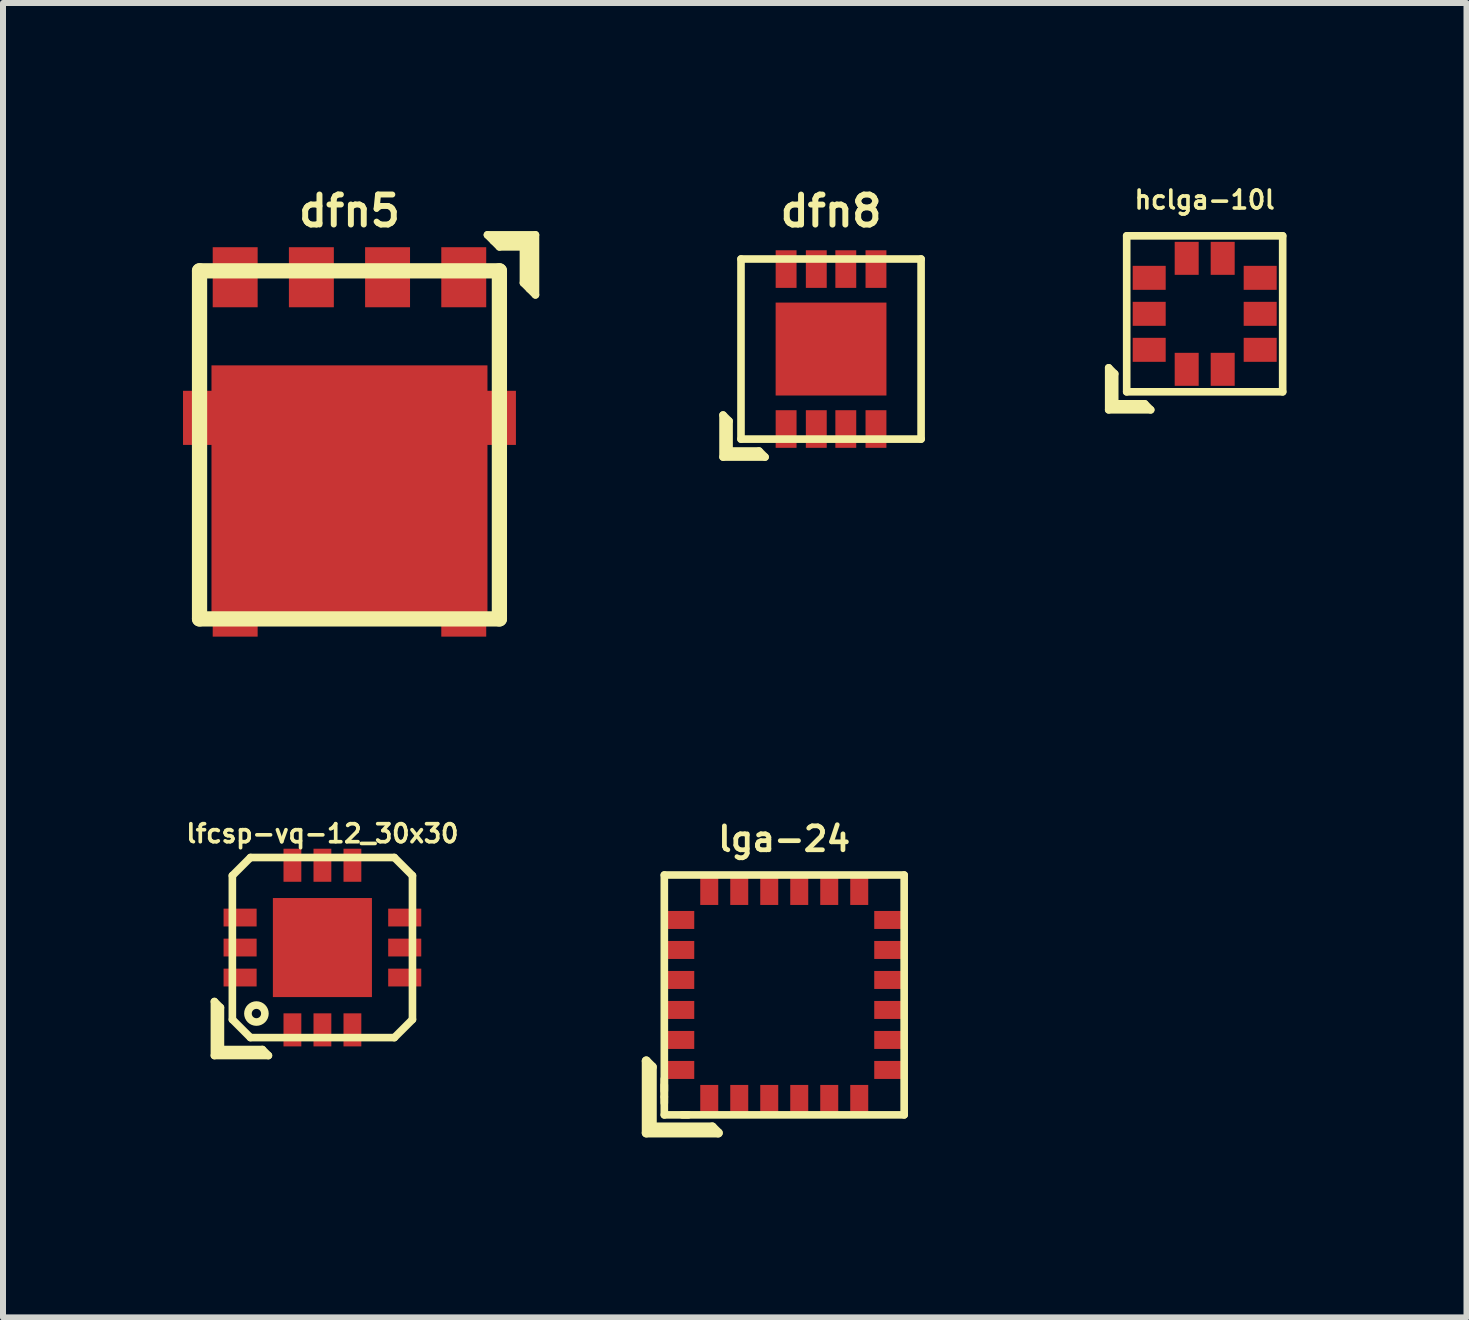
<source format=kicad_pcb>
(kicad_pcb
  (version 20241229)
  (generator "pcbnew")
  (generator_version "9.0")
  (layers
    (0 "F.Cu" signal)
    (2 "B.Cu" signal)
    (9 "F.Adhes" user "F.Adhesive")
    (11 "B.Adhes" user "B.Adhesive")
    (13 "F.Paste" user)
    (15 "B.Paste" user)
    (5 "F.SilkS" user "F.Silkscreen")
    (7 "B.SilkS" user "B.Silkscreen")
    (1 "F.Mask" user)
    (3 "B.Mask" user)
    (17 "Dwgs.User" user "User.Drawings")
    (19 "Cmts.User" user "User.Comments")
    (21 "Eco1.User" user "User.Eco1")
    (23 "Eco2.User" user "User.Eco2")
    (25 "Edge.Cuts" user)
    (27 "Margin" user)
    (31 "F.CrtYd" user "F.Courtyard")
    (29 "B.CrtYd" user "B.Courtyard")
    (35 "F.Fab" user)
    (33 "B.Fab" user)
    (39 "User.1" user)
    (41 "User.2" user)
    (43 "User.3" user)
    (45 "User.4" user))
  (footprint "lga-24"
    (layer "F.Cu")
    (at 10.022 13.534)
    (property "Reference" "lga-24" (at 0 -2.6 0) (layer "F.SilkS") (effects (font (size 0.399 0.399) (thickness 0.079))))
    (attr through_hole)
    (fp_line (start -2.3 2.3) (end -2.3 1.1) (stroke (width 0.15) (type solid)) (layer "F.SilkS"))
    (fp_line (start -2.2 1.2) (end -2.3 1.1) (stroke (width 0.15) (type solid)) (layer "F.SilkS"))
    (fp_line (start -2.2 1.2) (end -2.2 2.2) (stroke (width 0.15) (type solid)) (layer "F.SilkS"))
    (fp_line (start -2.2 2.2) (end -1.2 2.2) (stroke (width 0.15) (type solid)) (layer "F.SilkS"))
    (fp_line (start -1.999 -1.999) (end 1.999 -1.999) (stroke (width 0.127) (type solid)) (layer "F.SilkS"))
    (fp_line (start -1.999 1.4) (end -1.999 1.6) (stroke (width 0.127) (type solid)) (layer "F.SilkS"))
    (fp_line (start -1.999 1.501) (end -1.999 1.699) (stroke (width 0.127) (type solid)) (layer "F.SilkS"))
    (fp_line (start -1.999 1.699) (end -1.999 1.801) (stroke (width 0.127) (type solid)) (layer "F.SilkS"))
    (fp_line (start -1.999 1.999) (end -1.999 -1.999) (stroke (width 0.127) (type solid)) (layer "F.SilkS"))
    (fp_line (start -1.6 1.999) (end -1.699 1.999) (stroke (width 0.127) (type solid)) (layer "F.SilkS"))
    (fp_line (start -1.2 2.2) (end -1.1 2.3) (stroke (width 0.15) (type solid)) (layer "F.SilkS"))
    (fp_line (start -1.1 2.3) (end -2.3 2.3) (stroke (width 0.15) (type solid)) (layer "F.SilkS"))
    (fp_line (start 1.999 -1.999) (end 1.999 1.999) (stroke (width 0.127) (type solid)) (layer "F.SilkS"))
    (fp_line (start 1.999 1.999) (end -1.999 1.999) (stroke (width 0.127) (type solid)) (layer "F.SilkS"))
    (pad "1" smd rect (at -1.25 1.725) (size 0.3 0.45) (layers "F.Cu" "F.Mask" "F.Paste"))
    (pad "2" smd rect (at -0.75 1.725) (size 0.3 0.45) (layers "F.Cu" "F.Mask" "F.Paste"))
    (pad "3" smd rect (at -0.25 1.725) (size 0.3 0.45) (layers "F.Cu" "F.Mask" "F.Paste"))
    (pad "4" smd rect (at 0.25 1.725) (size 0.3 0.45) (layers "F.Cu" "F.Mask" "F.Paste"))
    (pad "5" smd rect (at 0.75 1.725) (size 0.3 0.45) (layers "F.Cu" "F.Mask" "F.Paste"))
    (pad "6" smd rect (at 1.25 1.725) (size 0.3 0.45) (layers "F.Cu" "F.Mask" "F.Paste"))
    (pad "7" smd rect (at 1.725 1.25) (size 0.45 0.3) (layers "F.Cu" "F.Mask" "F.Paste"))
    (pad "8" smd rect (at 1.725 0.75) (size 0.45 0.3) (layers "F.Cu" "F.Mask" "F.Paste"))
    (pad "9" smd rect (at 1.725 0.25) (size 0.45 0.3) (layers "F.Cu" "F.Mask" "F.Paste"))
    (pad "10" smd rect (at 1.725 -0.25) (size 0.45 0.3) (layers "F.Cu" "F.Mask" "F.Paste"))
    (pad "11" smd rect (at 1.725 -0.75) (size 0.45 0.3) (layers "F.Cu" "F.Mask" "F.Paste"))
    (pad "12" smd rect (at 1.725 -1.25) (size 0.45 0.3) (layers "F.Cu" "F.Mask" "F.Paste"))
    (pad "13" smd rect (at 1.25 -1.725) (size 0.3 0.45) (layers "F.Cu" "F.Mask" "F.Paste"))
    (pad "14" smd rect (at 0.75 -1.725) (size 0.3 0.45) (layers "F.Cu" "F.Mask" "F.Paste"))
    (pad "15" smd rect (at 0.25 -1.725) (size 0.3 0.45) (layers "F.Cu" "F.Mask" "F.Paste"))
    (pad "16" smd rect (at -0.25 -1.725) (size 0.3 0.45) (layers "F.Cu" "F.Mask" "F.Paste"))
    (pad "17" smd rect (at -0.75 -1.725) (size 0.3 0.45) (layers "F.Cu" "F.Mask" "F.Paste"))
    (pad "18" smd rect (at -1.25 -1.725) (size 0.3 0.45) (layers "F.Cu" "F.Mask" "F.Paste"))
    (pad "19" smd rect (at -1.725 -1.25) (size 0.45 0.3) (layers "F.Cu" "F.Mask" "F.Paste"))
    (pad "20" smd rect (at -1.725 -0.75) (size 0.45 0.3) (layers "F.Cu" "F.Mask" "F.Paste"))
    (pad "21" smd rect (at -1.725 -0.25) (size 0.45 0.3) (layers "F.Cu" "F.Mask" "F.Paste"))
    (pad "22" smd rect (at -1.725 0.25) (size 0.45 0.3) (layers "F.Cu" "F.Mask" "F.Paste"))
    (pad "23" smd rect (at -1.725 0.75) (size 0.45 0.3) (layers "F.Cu" "F.Mask" "F.Paste"))
    (pad "24" smd rect (at -1.725 1.25) (size 0.45 0.3) (layers "F.Cu" "F.Mask" "F.Paste")))
  (footprint "lfcsp-vq-12_30x30"
    (layer "F.Cu")
    (at 2.324 12.744)
    (property "Reference" "lfcsp-vq-12_30x30" (at 0 -1.9 0) (layer "F.SilkS") (effects (font (size 0.3 0.3) (thickness 0.061))))
    (attr through_hole)
    (fp_line (start -1.8 0.9) (end -1.8 1.8) (stroke (width 0.127) (type solid)) (layer "F.SilkS"))
    (fp_line (start -1.8 1.8) (end -0.9 1.8) (stroke (width 0.127) (type solid)) (layer "F.SilkS"))
    (fp_line (start -1.7 1) (end -1.8 0.9) (stroke (width 0.127) (type solid)) (layer "F.SilkS"))
    (fp_line (start -1.7 1.7) (end -1.7 1) (stroke (width 0.127) (type solid)) (layer "F.SilkS"))
    (fp_line (start -1.501 -1.199) (end -1.199 -1.501) (stroke (width 0.127) (type solid)) (layer "F.SilkS"))
    (fp_line (start -1.501 1.199) (end -1.501 -1.199) (stroke (width 0.127) (type solid)) (layer "F.SilkS"))
    (fp_line (start -1.5 1.2) (end -1.2 1.5) (stroke (width 0.127) (type solid)) (layer "F.SilkS"))
    (fp_line (start -1.199 -1.501) (end 1.199 -1.501) (stroke (width 0.127) (type solid)) (layer "F.SilkS"))
    (fp_line (start -1 1.7) (end -1.7 1.7) (stroke (width 0.127) (type solid)) (layer "F.SilkS"))
    (fp_line (start -0.9 1.8) (end -1 1.7) (stroke (width 0.127) (type solid)) (layer "F.SilkS"))
    (fp_line (start 1.199 -1.501) (end 1.501 -1.199) (stroke (width 0.127) (type solid)) (layer "F.SilkS"))
    (fp_line (start 1.199 1.501) (end -1.199 1.501) (stroke (width 0.127) (type solid)) (layer "F.SilkS"))
    (fp_line (start 1.501 -1.199) (end 1.501 1.199) (stroke (width 0.127) (type solid)) (layer "F.SilkS"))
    (fp_line (start 1.501 1.199) (end 1.199 1.501) (stroke (width 0.127) (type solid)) (layer "F.SilkS"))
    (fp_circle (center -1.1 1.1) (end -1.199 1.201) (stroke (width 0.127) (type solid)) (fill no) (layer "F.SilkS"))
    (pad "1" smd rect (at -0.5 1.372) (size 0.297 0.551) (layers "F.Cu" "F.Mask" "F.Paste"))
    (pad "2" smd rect (at 0 1.372) (size 0.297 0.551) (layers "F.Cu" "F.Mask" "F.Paste"))
    (pad "3" smd rect (at 0.5 1.372) (size 0.297 0.551) (layers "F.Cu" "F.Mask" "F.Paste"))
    (pad "4" smd rect (at 1.372 0.5) (size 0.551 0.297) (layers "F.Cu" "F.Mask" "F.Paste"))
    (pad "5" smd rect (at 1.372 0) (size 0.551 0.297) (layers "F.Cu" "F.Mask" "F.Paste"))
    (pad "6" smd rect (at 1.372 -0.5) (size 0.551 0.297) (layers "F.Cu" "F.Mask" "F.Paste"))
    (pad "7" smd rect (at 0.5 -1.372) (size 0.297 0.551) (layers "F.Cu" "F.Mask" "F.Paste"))
    (pad "8" smd rect (at 0 -1.372) (size 0.297 0.551) (layers "F.Cu" "F.Mask" "F.Paste"))
    (pad "9" smd rect (at -0.5 -1.372) (size 0.297 0.551) (layers "F.Cu" "F.Mask" "F.Paste"))
    (pad "10" smd rect (at -1.372 -0.5) (size 0.551 0.297) (layers "F.Cu" "F.Mask" "F.Paste"))
    (pad "11" smd rect (at -1.372 0) (size 0.551 0.297) (layers "F.Cu" "F.Mask" "F.Paste"))
    (pad "12" smd rect (at -1.372 0.5) (size 0.551 0.297) (layers "F.Cu" "F.Mask" "F.Paste"))
    (pad "13" smd rect (at 0 0) (size 1.651 1.651) (layers "F.Cu" "F.Mask" "F.Paste")))
  (footprint "dfn5"
    (layer "F.Cu")
    (at 2.775 4.365)
    (property "Reference" "dfn5" (at 0 -3.899 0) (layer "F.SilkS") (effects (font (size 0.5 0.5) (thickness 0.099))))
    (attr through_hole)
    (fp_line (start -2.499 -2.901) (end 2.499 -2.901) (stroke (width 0.254) (type solid)) (layer "F.SilkS"))
    (fp_line (start -2.499 2.901) (end -2.499 -2.901) (stroke (width 0.254) (type solid)) (layer "F.SilkS"))
    (fp_line (start 2.3 -3.5) (end 3.1 -3.5) (stroke (width 0.127) (type solid)) (layer "F.SilkS"))
    (fp_line (start 2.499 -2.901) (end 2.499 2.901) (stroke (width 0.254) (type solid)) (layer "F.SilkS"))
    (fp_line (start 2.499 2.901) (end -2.499 2.901) (stroke (width 0.254) (type solid)) (layer "F.SilkS"))
    (fp_line (start 2.5 -3.3) (end 2.3 -3.5) (stroke (width 0.127) (type solid)) (layer "F.SilkS"))
    (fp_line (start 2.9 -3.3) (end 2.5 -3.3) (stroke (width 0.127) (type solid)) (layer "F.SilkS"))
    (fp_line (start 2.9 -3.3) (end 2.9 -2.7) (stroke (width 0.127) (type solid)) (layer "F.SilkS"))
    (fp_line (start 2.9 -2.7) (end 3.1 -2.5) (stroke (width 0.127) (type solid)) (layer "F.SilkS"))
    (fp_line (start 3 -3.4) (end 2.4 -3.4) (stroke (width 0.127) (type solid)) (layer "F.SilkS"))
    (fp_line (start 3 -2.6) (end 3 -3.4) (stroke (width 0.127) (type solid)) (layer "F.SilkS"))
    (fp_line (start 3.1 -3.5) (end 3.1 -2.5) (stroke (width 0.127) (type solid)) (layer "F.SilkS"))
    (pad "" smd rect (at -1.5 2.4) (size 0.6 0.9) (layers "F.Paste"))
    (pad "" smd rect (at -1.125 -0.95) (size 0.9 0.6) (layers "F.Paste"))
    (pad "" smd rect (at -1.125 -0.15) (size 0.9 0.6) (layers "F.Paste"))
    (pad "" smd rect (at -1.125 0.65) (size 0.9 0.6) (layers "F.Paste"))
    (pad "" smd rect (at -1.125 1.45) (size 0.9 0.6) (layers "F.Paste"))
    (pad "" smd rect (at -0.5 2.4) (size 0.6 0.9) (layers "F.Paste"))
    (pad "" smd rect (at 0 -0.95) (size 0.9 0.6) (layers "F.Paste"))
    (pad "" smd rect (at 0 -0.15) (size 0.9 0.6) (layers "F.Paste"))
    (pad "" smd rect (at 0 0.65) (size 0.9 0.6) (layers "F.Paste"))
    (pad "" smd rect (at 0 1.45) (size 0.9 0.6) (layers "F.Paste"))
    (pad "" smd rect (at 0.5 2.4) (size 0.6 0.9) (layers "F.Paste"))
    (pad "" smd rect (at 1.125 -0.95) (size 0.9 0.6) (layers "F.Paste"))
    (pad "" smd rect (at 1.125 -0.15) (size 0.9 0.6) (layers "F.Paste"))
    (pad "" smd rect (at 1.125 0.65) (size 0.9 0.6) (layers "F.Paste"))
    (pad "" smd rect (at 1.125 1.45) (size 0.9 0.6) (layers "F.Paste"))
    (pad "" smd rect (at 1.5 2.4) (size 0.6 0.9) (layers "F.Paste"))
    (pad "1" smd rect (at 1.905 -2.794) (size 0.749 1.001) (layers "F.Cu" "F.Mask" "F.Paste"))
    (pad "2" smd rect (at 0.635 -2.794) (size 0.749 1.001) (layers "F.Cu" "F.Mask" "F.Paste"))
    (pad "3" smd rect (at -0.635 -2.794) (size 0.749 1.001) (layers "F.Cu" "F.Mask" "F.Paste"))
    (pad "4" smd rect (at -1.905 -2.794) (size 0.749 1.001) (layers "F.Cu" "F.Mask" "F.Paste"))
    (pad "5" smd rect (at -2.527 -0.45) (size 0.495 0.902) (layers "F.Cu" "F.Mask"))
    (pad "5" smd rect (at -1.905 2.959) (size 0.749 0.475) (layers "F.Cu" "F.Mask"))
    (pad "5" smd rect (at 0 0.805) (size 4.6 4.26) (layers "F.Cu" "F.Mask"))
    (pad "5" smd rect (at 1.905 2.959) (size 0.749 0.475) (layers "F.Cu" "F.Mask"))
    (pad "5" smd rect (at 2.527 -0.45) (size 0.495 0.902) (layers "F.Cu" "F.Mask")))
  (footprint "dfn8"
    (layer "F.Cu")
    (at 10.802 2.768)
    (property "Reference" "dfn8" (at 0 -2.301 0) (layer "F.SilkS") (effects (font (size 0.5 0.5) (thickness 0.099))))
    (attr through_hole)
    (fp_line (start -1.8 1.1) (end -1.8 1.8) (stroke (width 0.127) (type solid)) (layer "F.SilkS"))
    (fp_line (start -1.7 1.2) (end -1.8 1.1) (stroke (width 0.127) (type solid)) (layer "F.SilkS"))
    (fp_line (start -1.7 1.7) (end -1.7 1.2) (stroke (width 0.127) (type solid)) (layer "F.SilkS"))
    (fp_line (start -1.7 1.7) (end -1.2 1.7) (stroke (width 0.127) (type solid)) (layer "F.SilkS"))
    (fp_line (start -1.501 -1.501) (end 1.501 -1.501) (stroke (width 0.127) (type solid)) (layer "F.SilkS"))
    (fp_line (start -1.501 1.501) (end -1.501 -1.501) (stroke (width 0.127) (type solid)) (layer "F.SilkS"))
    (fp_line (start -1.2 1.7) (end -1.1 1.8) (stroke (width 0.127) (type solid)) (layer "F.SilkS"))
    (fp_line (start -1.1 1.8) (end -1.8 1.8) (stroke (width 0.127) (type solid)) (layer "F.SilkS"))
    (fp_line (start 1.501 -1.501) (end 1.501 1.501) (stroke (width 0.127) (type solid)) (layer "F.SilkS"))
    (fp_line (start 1.501 1.501) (end -1.501 1.501) (stroke (width 0.127) (type solid)) (layer "F.SilkS"))
    (pad "1" smd rect (at -0.749 1.333) (size 0.348 0.627) (layers "F.Cu" "F.Mask" "F.Paste"))
    (pad "2" smd rect (at -0.246 1.333) (size 0.348 0.627) (layers "F.Cu" "F.Mask" "F.Paste"))
    (pad "3" smd rect (at 0.246 1.333) (size 0.348 0.627) (layers "F.Cu" "F.Mask" "F.Paste"))
    (pad "4" smd rect (at 0.749 1.333) (size 0.348 0.627) (layers "F.Cu" "F.Mask" "F.Paste"))
    (pad "5" smd rect (at 0.749 -1.333) (size 0.348 0.627) (layers "F.Cu" "F.Mask" "F.Paste"))
    (pad "6" smd rect (at 0.246 -1.333) (size 0.348 0.627) (layers "F.Cu" "F.Mask" "F.Paste"))
    (pad "7" smd rect (at -0.246 -1.333) (size 0.348 0.627) (layers "F.Cu" "F.Mask" "F.Paste"))
    (pad "8" smd rect (at -0.749 -1.333) (size 0.348 0.627) (layers "F.Cu" "F.Mask" "F.Paste"))
    (pad "9" smd rect (at 0 0) (size 1.847 1.549) (layers "F.Cu" "F.Mask" "F.Paste")))
  (footprint "hclga-10l"
    (layer "F.Cu")
    (at 17.03 2.181)
    (property "Reference" "hclga-10l" (at 0 -1.9 0) (layer "F.SilkS") (effects (font (size 0.3 0.3) (thickness 0.06))))
    (attr through_hole)
    (fp_line (start -1.6 0.9) (end -1.5 1) (stroke (width 0.127) (type solid)) (layer "F.SilkS"))
    (fp_line (start -1.6 1.6) (end -1.6 0.9) (stroke (width 0.127) (type solid)) (layer "F.SilkS"))
    (fp_line (start -1.5 1.5) (end -1.5 0.999) (stroke (width 0.127) (type solid)) (layer "F.SilkS"))
    (fp_line (start -1.3 -1.3) (end 1.3 -1.3) (stroke (width 0.127) (type solid)) (layer "F.SilkS"))
    (fp_line (start -1.3 1.3) (end -1.3 -1.3) (stroke (width 0.127) (type solid)) (layer "F.SilkS"))
    (fp_line (start -1 1.5) (end -0.9 1.6) (stroke (width 0.127) (type solid)) (layer "F.SilkS"))
    (fp_line (start -0.999 1.5) (end -1.5 1.5) (stroke (width 0.127) (type solid)) (layer "F.SilkS"))
    (fp_line (start -0.9 1.6) (end -1.6 1.6) (stroke (width 0.127) (type solid)) (layer "F.SilkS"))
    (fp_line (start 1.3 -1.3) (end 1.3 1.3) (stroke (width 0.127) (type solid)) (layer "F.SilkS"))
    (fp_line (start 1.3 1.3) (end -1.3 1.3) (stroke (width 0.127) (type solid)) (layer "F.SilkS"))
    (pad "1" smd rect (at -0.3 0.925) (size 0.4 0.55) (layers "F.Cu" "F.Mask" "F.Paste"))
    (pad "2" smd rect (at 0.3 0.925) (size 0.4 0.55) (layers "F.Cu" "F.Mask" "F.Paste"))
    (pad "3" smd rect (at 0.925 0.6) (size 0.55 0.4) (layers "F.Cu" "F.Mask" "F.Paste"))
    (pad "4" smd rect (at 0.925 0) (size 0.55 0.4) (layers "F.Cu" "F.Mask" "F.Paste"))
    (pad "5" smd rect (at 0.925 -0.6) (size 0.55 0.4) (layers "F.Cu" "F.Mask" "F.Paste"))
    (pad "6" smd rect (at 0.3 -0.925) (size 0.4 0.55) (layers "F.Cu" "F.Mask" "F.Paste"))
    (pad "7" smd rect (at -0.3 -0.925) (size 0.4 0.55) (layers "F.Cu" "F.Mask" "F.Paste"))
    (pad "8" smd rect (at -0.925 -0.6) (size 0.55 0.4) (layers "F.Cu" "F.Mask" "F.Paste"))
    (pad "9" smd rect (at -0.925 0) (size 0.55 0.4) (layers "F.Cu" "F.Mask" "F.Paste"))
    (pad "10" smd rect (at -0.925 0.6) (size 0.55 0.4) (layers "F.Cu" "F.Mask" "F.Paste")))
  (gr_rect
    (start -3 -3)
    (end 21.394 18.909)
    (stroke (width 0.1) (type default))
    (fill no)
    (layer "Edge.Cuts")))
</source>
